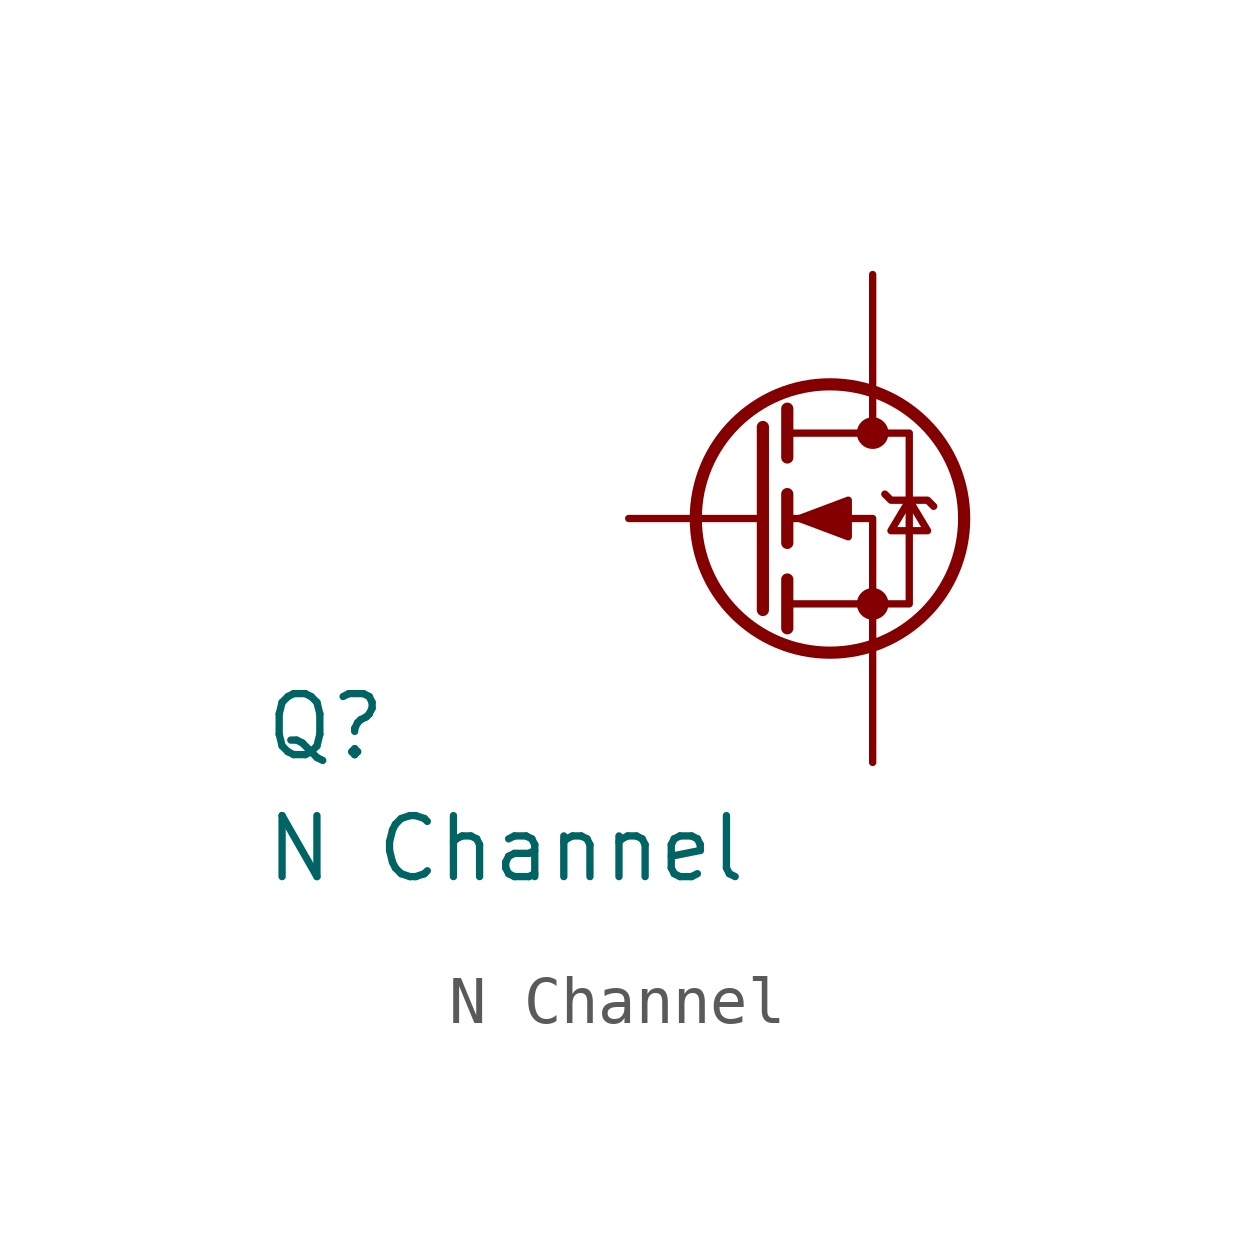
<source format=kicad_sym>
(kicad_symbol_lib
  (version 20220914)
  (generator kicad_symbol_editor)
  (symbol "N Channel"
    (pin_numbers hide)
    (pin_names
      (offset 1.016))
    (property "Reference" "Q"
      (at -12.7 -5.08 0)
      (effects (font (size 1.27 1.27)) (justify left bottom)))
    (property "Value" "N Channel"
      (at -12.7 -7.62 0)
      (effects (font (size 1.27 1.27)) (justify left bottom)))
    (symbol "N Channel_0_1"
      (circle (center -0.889 0) (radius 2.794) (stroke (width 0.254) (type default)) (fill (type none)))
      (circle (center 0 -1.778) (radius 0.254) (stroke (width 0) (type default)) (fill (type outline)))
      (polyline (pts (xy -2.286 1.905) (xy -2.286 -1.905)) (stroke (width 0.254) (type default)) (fill (type none)))
      (polyline (pts (xy -1.778 -1.27) (xy -1.778 -2.286)) (stroke (width 0.254) (type default)) (fill (type none)))
      (polyline (pts (xy -1.778 0.508) (xy -1.778 -0.508)) (stroke (width 0.254) (type default)) (fill (type none)))
      (polyline (pts (xy -1.778 2.286) (xy -1.778 1.27)) (stroke (width 0.254) (type default)) (fill (type none)))
      (polyline (pts (xy 0 2.54) (xy 0 1.778)) (stroke (width 0) (type default)) (fill (type none)))
      (polyline (pts (xy 0 -2.54) (xy 0 0) (xy -1.778 0)) (stroke (width 0) (type default)) (fill (type none)))
      (polyline (pts (xy -1.778 -1.778) (xy 0.762 -1.778) (xy 0.762 1.778) (xy -1.778 1.778)) (stroke (width 0) (type default)) (fill (type none)))
      (polyline (pts (xy -1.524 0) (xy -0.508 0.381) (xy -0.508 -0.381) (xy -1.524 0)) (stroke (width 0) (type default)) (fill (type outline)))
      (polyline (pts (xy 0.254 0.508) (xy 0.381 0.381) (xy 1.143 0.381) (xy 1.27 0.254)) (stroke (width 0) (type default)) (fill (type none)))
      (polyline (pts (xy 0.762 0.381) (xy 0.381 -0.254) (xy 1.143 -0.254) (xy 0.762 0.381)) (stroke (width 0) (type default)) (fill (type none)))
      (circle (center 0 1.778) (radius 0.254) (stroke (width 0) (type default)) (fill (type outline))))
    (symbol "N Channel_1_1"
      (pin passive line (at -5.08 0 0) (length 2.8) (name "" (effects (font (size 1.27 1.27)))) (number "1" (effects (font (size 1.27 1.27)))))
      (pin passive line (at 0 -5.08 90) (length 2.54) (name "" (effects (font (size 1.27 1.27)))) (number "2" (effects (font (size 1.27 1.27)))))
      (pin passive line (at 0 5.08 270) (length 2.54) (name "" (effects (font (size 1.27 1.27)))) (number "3" (effects (font (size 1.27 1.27))))))))
</source>
